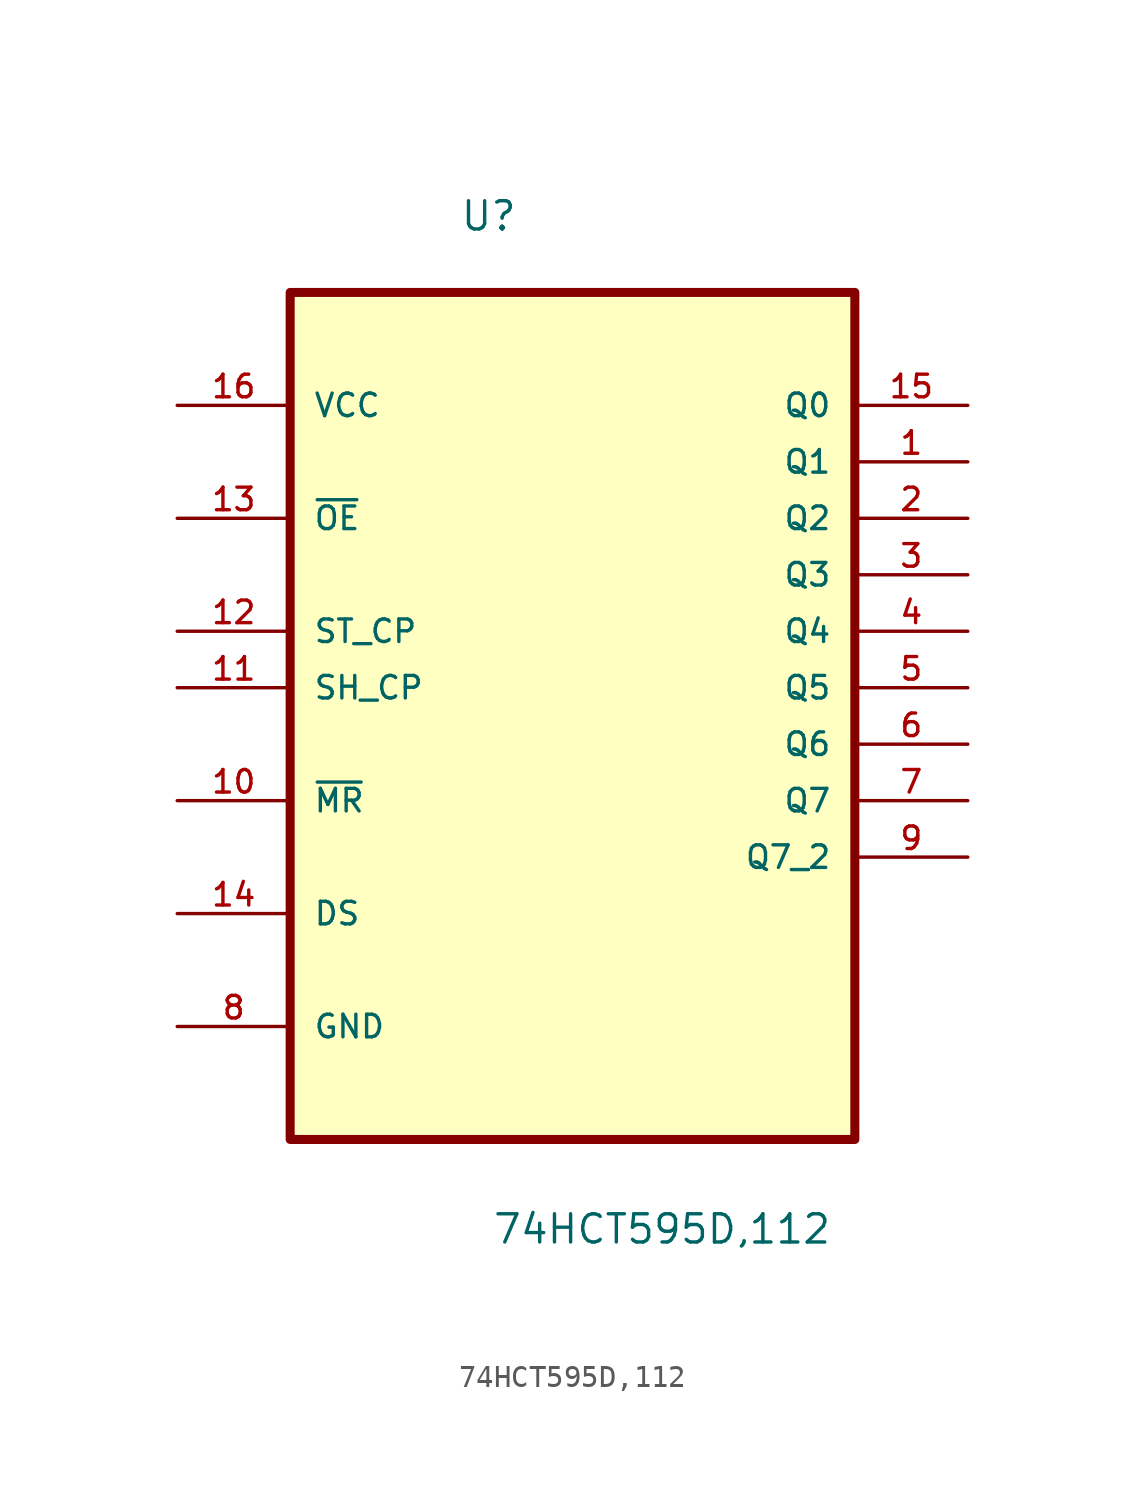
<source format=kicad_sym>
(kicad_symbol_lib
  (version 20201005)
  (generator kicad_symbol_editor)
  (symbol "74HCT595D,112"
    (pin_names
      (offset 1.016))
    (property "Reference" "U"
      (at -5.08 17.932 0)
      (effects (font (size 1.27 1.27)) (justify left bottom)))
    (property "Value" "74HCT595D,112"
      (at -3.632 -27.635 0)
      (effects (font (size 1.27 1.27)) (justify left bottom)))
    (property "ki_locked" ""
      (at 0 0 0)
      (effects (font (size 1.27 1.27))))
    (symbol "74HCT595D,112_0_0"
      (rectangle (start -12.7 -22.86) (end 12.7 15.24) (stroke (width 0.406)) (fill (type background)))
      (pin output line (at 17.78 7.62 180) (length 5.08) (name "Q1" (effects (font (size 1.016 1.016)))) (number "1" (effects (font (size 1.016 1.016)))))
      (pin input line (at -17.78 -7.62 0) (length 5.08) (name "~MR" (effects (font (size 1.016 1.016)))) (number "10" (effects (font (size 1.016 1.016)))))
      (pin input line (at -17.78 -2.54 0) (length 5.08) (name "SH_CP" (effects (font (size 1.016 1.016)))) (number "11" (effects (font (size 1.016 1.016)))))
      (pin input line (at -17.78 0 0) (length 5.08) (name "ST_CP" (effects (font (size 1.016 1.016)))) (number "12" (effects (font (size 1.016 1.016)))))
      (pin input line (at -17.78 5.08 0) (length 5.08) (name "~OE" (effects (font (size 1.016 1.016)))) (number "13" (effects (font (size 1.016 1.016)))))
      (pin input line (at -17.78 -12.7 0) (length 5.08) (name "DS" (effects (font (size 1.016 1.016)))) (number "14" (effects (font (size 1.016 1.016)))))
      (pin output line (at 17.78 10.16 180) (length 5.08) (name "Q0" (effects (font (size 1.016 1.016)))) (number "15" (effects (font (size 1.016 1.016)))))
      (pin power_in line (at -17.78 10.16 0) (length 5.08) (name "VCC" (effects (font (size 1.016 1.016)))) (number "16" (effects (font (size 1.016 1.016)))))
      (pin output line (at 17.78 5.08 180) (length 5.08) (name "Q2" (effects (font (size 1.016 1.016)))) (number "2" (effects (font (size 1.016 1.016)))))
      (pin output line (at 17.78 2.54 180) (length 5.08) (name "Q3" (effects (font (size 1.016 1.016)))) (number "3" (effects (font (size 1.016 1.016)))))
      (pin output line (at 17.78 0 180) (length 5.08) (name "Q4" (effects (font (size 1.016 1.016)))) (number "4" (effects (font (size 1.016 1.016)))))
      (pin output line (at 17.78 -2.54 180) (length 5.08) (name "Q5" (effects (font (size 1.016 1.016)))) (number "5" (effects (font (size 1.016 1.016)))))
      (pin output line (at 17.78 -5.08 180) (length 5.08) (name "Q6" (effects (font (size 1.016 1.016)))) (number "6" (effects (font (size 1.016 1.016)))))
      (pin output line (at 17.78 -7.62 180) (length 5.08) (name "Q7" (effects (font (size 1.016 1.016)))) (number "7" (effects (font (size 1.016 1.016)))))
      (pin passive line (at -17.78 -17.78 0) (length 5.08) (name "GND" (effects (font (size 1.016 1.016)))) (number "8" (effects (font (size 1.016 1.016)))))
      (pin output line (at 17.78 -10.16 180) (length 5.08) (name "Q7_2" (effects (font (size 1.016 1.016)))) (number "9" (effects (font (size 1.016 1.016))))))))
</source>
